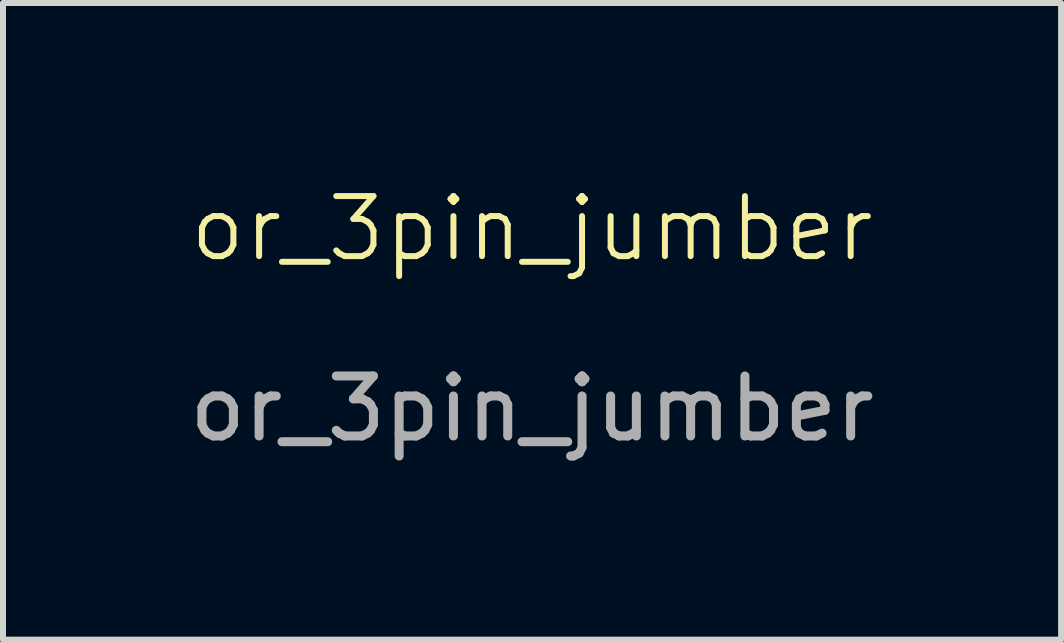
<source format=kicad_pcb>
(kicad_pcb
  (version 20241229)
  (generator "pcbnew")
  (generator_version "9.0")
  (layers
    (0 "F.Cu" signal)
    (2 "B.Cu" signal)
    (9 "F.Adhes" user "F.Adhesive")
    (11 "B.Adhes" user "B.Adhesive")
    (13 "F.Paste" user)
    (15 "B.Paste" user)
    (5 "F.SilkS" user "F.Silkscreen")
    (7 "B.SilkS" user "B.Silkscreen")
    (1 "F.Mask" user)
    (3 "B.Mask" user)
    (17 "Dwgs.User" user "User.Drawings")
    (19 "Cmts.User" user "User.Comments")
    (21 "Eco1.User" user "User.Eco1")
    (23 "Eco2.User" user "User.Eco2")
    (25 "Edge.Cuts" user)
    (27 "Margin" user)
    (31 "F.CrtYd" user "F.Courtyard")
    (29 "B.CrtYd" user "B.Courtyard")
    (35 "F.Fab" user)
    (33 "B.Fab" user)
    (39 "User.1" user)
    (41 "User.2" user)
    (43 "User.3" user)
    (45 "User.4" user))
  (footprint "or_3pin_jumber"
    (layer "F.Cu")
    (at 5.815 1.26)
    (property "Reference" "or_3pin_jumber" (at 0 -0.5 0) (unlocked yes) (layer "F.SilkS") (effects (font (size 1 1) (thickness 0.1))))
    (attr smd)
    (fp_text user "${REFERENCE}" (at 0 2.5 0) (unlocked yes) (layer "F.Fab") (effects (font (size 1 1) (thickness 0.15)))))
  (gr_rect
    (start -3 -3)
    (end 14.631 7.609)
    (stroke (width 0.1) (type default))
    (fill no)
    (layer "Edge.Cuts")))
</source>
